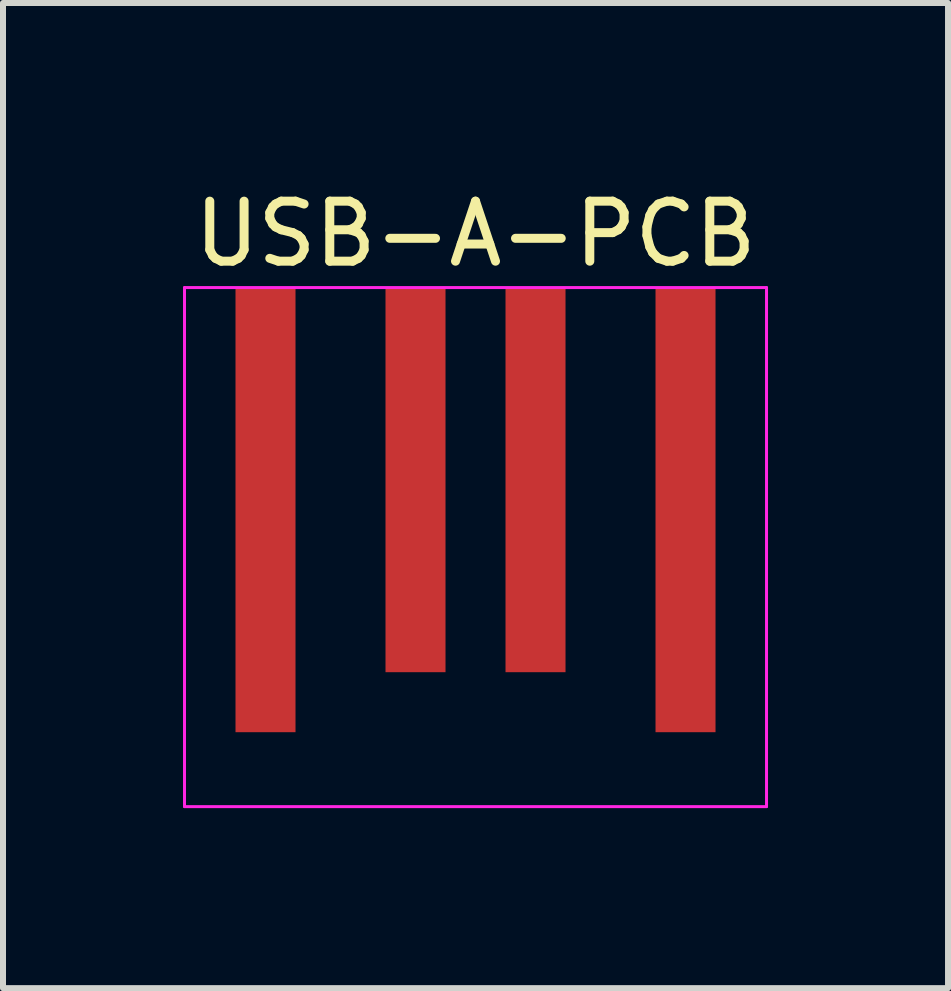
<source format=kicad_pcb>
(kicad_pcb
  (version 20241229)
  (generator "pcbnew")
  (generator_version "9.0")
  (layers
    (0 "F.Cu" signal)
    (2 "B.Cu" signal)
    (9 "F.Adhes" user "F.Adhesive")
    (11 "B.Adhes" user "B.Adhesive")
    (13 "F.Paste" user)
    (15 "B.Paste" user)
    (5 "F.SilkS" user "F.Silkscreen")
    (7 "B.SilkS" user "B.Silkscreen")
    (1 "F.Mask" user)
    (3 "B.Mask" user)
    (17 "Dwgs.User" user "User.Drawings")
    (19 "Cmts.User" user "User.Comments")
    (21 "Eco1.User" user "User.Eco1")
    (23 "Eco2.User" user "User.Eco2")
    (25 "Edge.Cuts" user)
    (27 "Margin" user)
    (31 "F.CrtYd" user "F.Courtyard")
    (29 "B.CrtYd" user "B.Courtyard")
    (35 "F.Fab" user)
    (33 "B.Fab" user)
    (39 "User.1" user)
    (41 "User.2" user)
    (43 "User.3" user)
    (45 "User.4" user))
  (footprint "USB-A-PCB"
    (layer "F.Cu")
    (at 4.875 5.448)
    (property "Reference" "USB-A-PCB" (at 0 -4.6 180) (layer "F.SilkS") (effects (font (size 1 1) (thickness 0.15))))
    (attr through_hole)
    (fp_line (start -4.85 -3.705) (end 4.85 -3.705) (stroke (width 0.05) (type solid)) (layer "F.CrtYd"))
    (fp_line (start -4.85 4.945) (end -4.85 -3.705) (stroke (width 0.05) (type solid)) (layer "F.CrtYd"))
    (fp_line (start 4.85 -3.705) (end 4.85 4.945) (stroke (width 0.05) (type solid)) (layer "F.CrtYd"))
    (fp_line (start 4.85 4.945) (end -4.85 4.945) (stroke (width 0.05) (type solid)) (layer "F.CrtYd"))
    (pad "1" smd rect (at 3.5 0 90) (size 7.41 1) (layers "F.Cu" "F.Mask" "F.Paste"))
    (pad "2" smd rect (at 1 -0.5 90) (size 6.41 1) (layers "F.Cu" "F.Mask" "F.Paste"))
    (pad "3" smd rect (at -1 -0.5 90) (size 6.41 1) (layers "F.Cu" "F.Mask" "F.Paste"))
    (pad "4" smd rect (at -3.5 0 90) (size 7.41 1) (layers "F.Cu" "F.Mask" "F.Paste")))
  (gr_rect
    (start -3 -3)
    (end 12.75 13.418)
    (stroke (width 0.1) (type default))
    (fill no)
    (layer "Edge.Cuts")))
</source>
